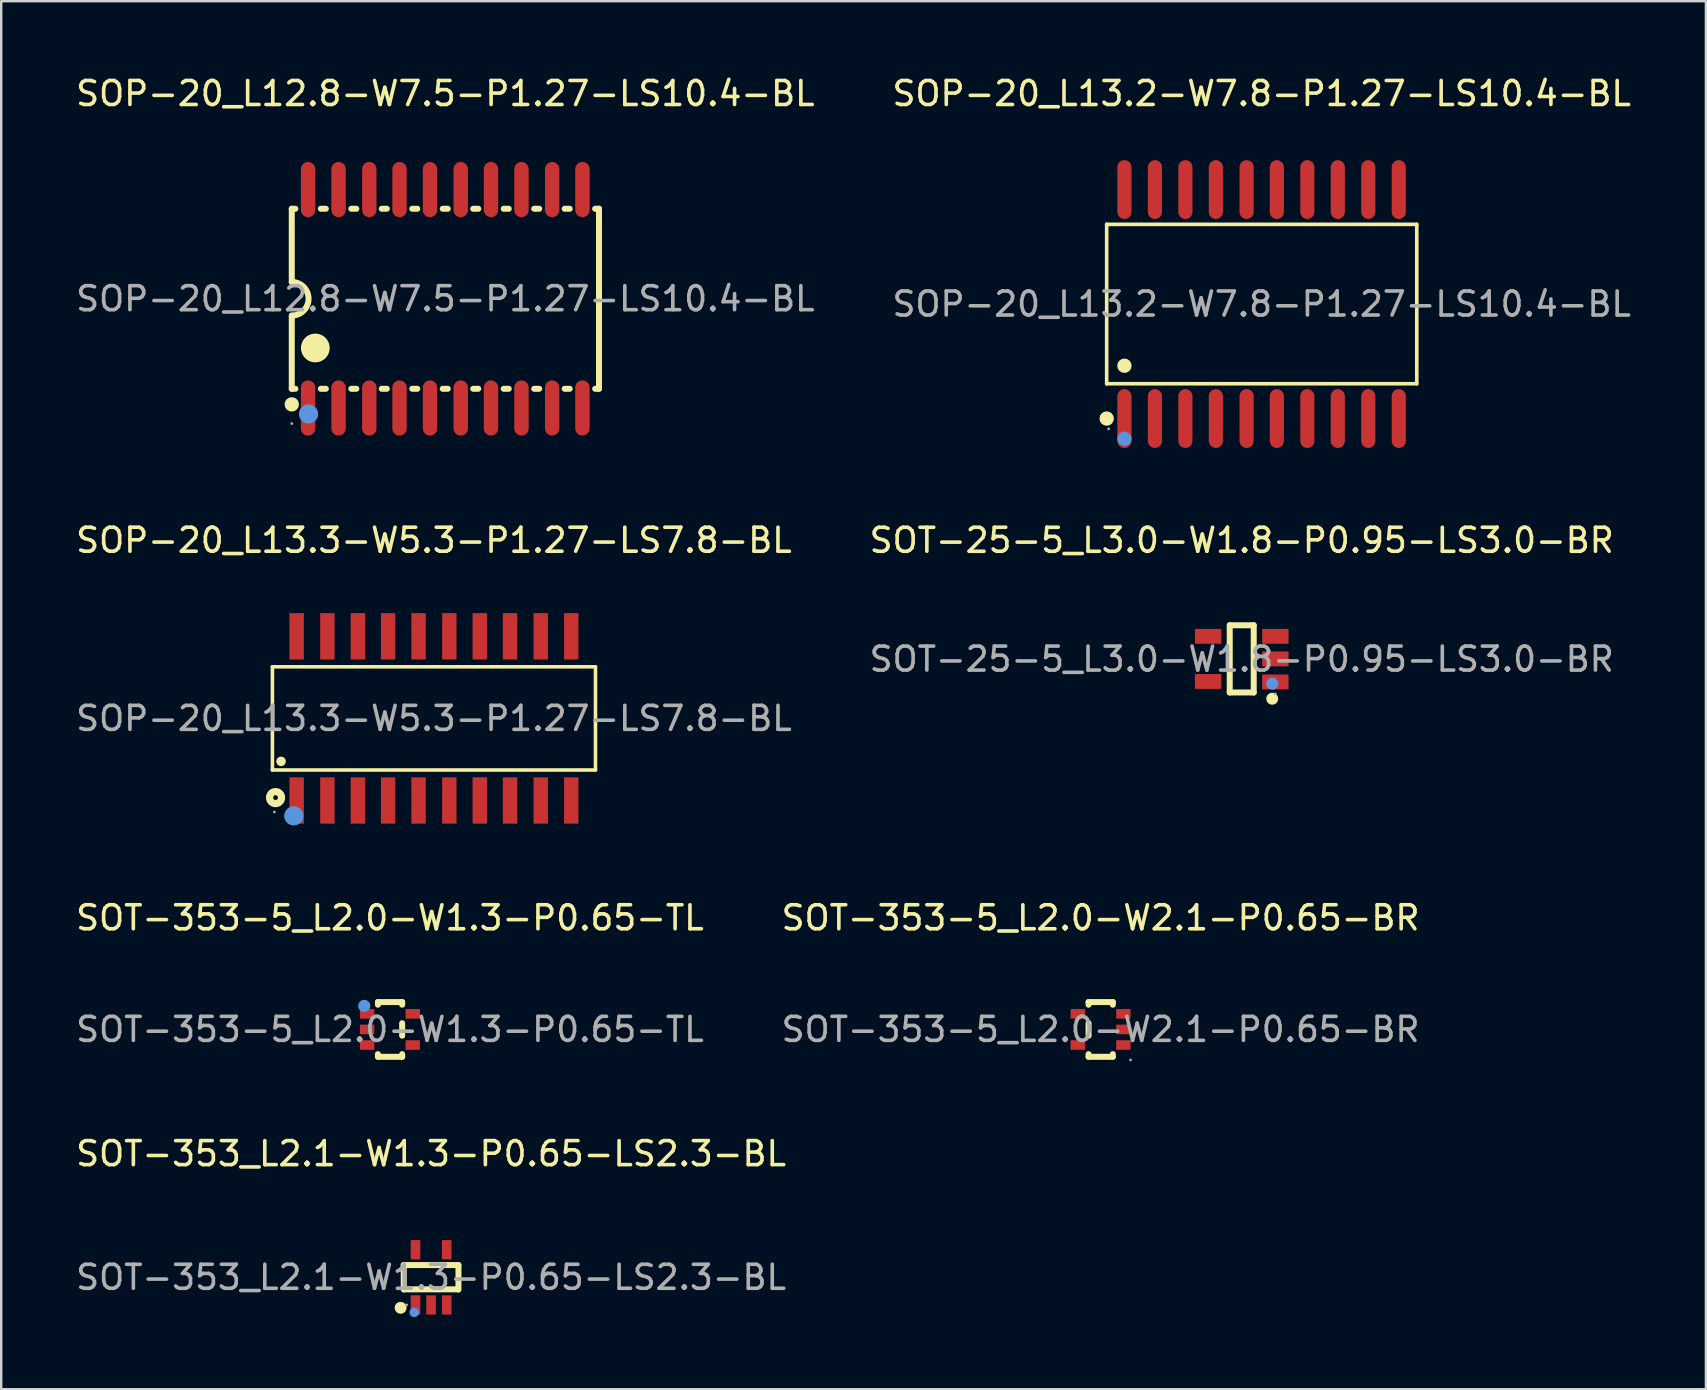
<source format=kicad_pcb>
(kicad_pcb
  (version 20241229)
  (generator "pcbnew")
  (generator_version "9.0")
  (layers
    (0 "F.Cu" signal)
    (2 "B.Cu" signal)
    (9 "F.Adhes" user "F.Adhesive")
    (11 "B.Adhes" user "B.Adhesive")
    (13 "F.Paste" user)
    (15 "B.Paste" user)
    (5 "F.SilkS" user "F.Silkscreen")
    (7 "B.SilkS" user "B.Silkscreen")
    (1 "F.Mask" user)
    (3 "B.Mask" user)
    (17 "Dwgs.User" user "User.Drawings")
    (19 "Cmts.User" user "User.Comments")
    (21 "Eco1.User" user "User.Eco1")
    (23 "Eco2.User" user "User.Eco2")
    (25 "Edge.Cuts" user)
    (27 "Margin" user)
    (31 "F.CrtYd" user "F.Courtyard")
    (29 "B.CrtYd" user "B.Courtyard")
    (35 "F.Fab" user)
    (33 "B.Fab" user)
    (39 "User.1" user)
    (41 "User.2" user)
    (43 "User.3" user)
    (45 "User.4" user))
  (footprint "SOT-353-5_L2.0-W2.1-P0.65-BR"
    (layer "F.Cu")
    (at 42.804 39.84)
    (property "Reference" "SOT-353-5_L2.0-W2.1-P0.65-BR" (at 0 -4.65 0) (layer "F.SilkS") (effects (font (size 1 1) (thickness 0.15))))
    (attr through_hole)
    (fp_line (start -0.5 -1.14) (end 0.51 -1.14) (stroke (width 0.25) (type solid)) (layer "F.SilkS"))
    (fp_line (start -0.5 -1.03) (end -0.5 -1.14) (stroke (width 0.25) (type solid)) (layer "F.SilkS"))
    (fp_line (start -0.5 0.26) (end -0.5 -0.26) (stroke (width 0.25) (type solid)) (layer "F.SilkS"))
    (fp_line (start -0.5 1.14) (end -0.5 1.03) (stroke (width 0.25) (type solid)) (layer "F.SilkS"))
    (fp_line (start 0.51 -1.14) (end 0.51 -1.03) (stroke (width 0.25) (type solid)) (layer "F.SilkS"))
    (fp_line (start 0.51 1.03) (end 0.51 1.14) (stroke (width 0.25) (type solid)) (layer "F.SilkS"))
    (fp_line (start 0.51 1.14) (end -0.5 1.14) (stroke (width 0.25) (type solid)) (layer "F.SilkS"))
    (fp_circle (center 1.25 1.27) (end 1.28 1.27) (stroke (width 0.06) (type solid)) (fill no) (layer "F.Fab"))
    (fp_text user "${REFERENCE}" (at 0 0 0) (layer "F.Fab") (effects (font (size 1 1) (thickness 0.15))))
    (pad "1" smd rect (at 0.95 0.65 270) (size 0.4 0.6) (layers "F.Cu" "F.Mask" "F.Paste"))
    (pad "2" smd rect (at 0.95 0 270) (size 0.4 0.6) (layers "F.Cu" "F.Mask" "F.Paste"))
    (pad "3" smd rect (at 0.95 -0.65 270) (size 0.4 0.6) (layers "F.Cu" "F.Mask" "F.Paste"))
    (pad "4" smd rect (at -0.95 -0.65 270) (size 0.4 0.6) (layers "F.Cu" "F.Mask" "F.Paste"))
    (pad "5" smd rect (at -0.95 0.65 270) (size 0.4 0.6) (layers "F.Cu" "F.Mask" "F.Paste")))
  (footprint "SOP-20_L12.8-W7.5-P1.27-LS10.4-BL"
    (layer "F.Cu")
    (at 15.506 9.398)
    (property "Reference" "SOP-20_L12.8-W7.5-P1.27-LS10.4-BL" (at 0 -8.55 0) (layer "F.SilkS") (effects (font (size 1 1) (thickness 0.15))))
    (attr through_hole)
    (fp_line (start -6.4 -3.75) (end -6.4 -0.7) (stroke (width 0.25) (type solid)) (layer "F.SilkS"))
    (fp_line (start -6.4 -3.75) (end -6.25 -3.75) (stroke (width 0.25) (type solid)) (layer "F.SilkS"))
    (fp_line (start -6.4 3.75) (end -6.4 0.7) (stroke (width 0.25) (type solid)) (layer "F.SilkS"))
    (fp_line (start -6.25 3.75) (end -6.4 3.75) (stroke (width 0.25) (type solid)) (layer "F.SilkS"))
    (fp_line (start -5.19 -3.75) (end -4.98 -3.75) (stroke (width 0.25) (type solid)) (layer "F.SilkS"))
    (fp_line (start -4.98 3.75) (end -5.19 3.75) (stroke (width 0.25) (type solid)) (layer "F.SilkS"))
    (fp_line (start -3.92 -3.75) (end -3.71 -3.75) (stroke (width 0.25) (type solid)) (layer "F.SilkS"))
    (fp_line (start -3.71 3.75) (end -3.92 3.75) (stroke (width 0.25) (type solid)) (layer "F.SilkS"))
    (fp_line (start -2.65 -3.75) (end -2.44 -3.75) (stroke (width 0.25) (type solid)) (layer "F.SilkS"))
    (fp_line (start -2.44 3.75) (end -2.65 3.75) (stroke (width 0.25) (type solid)) (layer "F.SilkS"))
    (fp_line (start -1.38 -3.75) (end -1.17 -3.75) (stroke (width 0.25) (type solid)) (layer "F.SilkS"))
    (fp_line (start -1.17 3.75) (end -1.38 3.75) (stroke (width 0.25) (type solid)) (layer "F.SilkS"))
    (fp_line (start -0.11 -3.75) (end 0.1 -3.75) (stroke (width 0.25) (type solid)) (layer "F.SilkS"))
    (fp_line (start 0.1 3.75) (end -0.11 3.75) (stroke (width 0.25) (type solid)) (layer "F.SilkS"))
    (fp_line (start 1.16 -3.75) (end 1.37 -3.75) (stroke (width 0.25) (type solid)) (layer "F.SilkS"))
    (fp_line (start 1.37 3.75) (end 1.16 3.75) (stroke (width 0.25) (type solid)) (layer "F.SilkS"))
    (fp_line (start 2.43 -3.75) (end 2.64 -3.75) (stroke (width 0.25) (type solid)) (layer "F.SilkS"))
    (fp_line (start 2.64 3.75) (end 2.43 3.75) (stroke (width 0.25) (type solid)) (layer "F.SilkS"))
    (fp_line (start 3.7 -3.75) (end 3.91 -3.75) (stroke (width 0.25) (type solid)) (layer "F.SilkS"))
    (fp_line (start 3.91 3.75) (end 3.7 3.75) (stroke (width 0.25) (type solid)) (layer "F.SilkS"))
    (fp_line (start 4.97 -3.75) (end 5.18 -3.75) (stroke (width 0.25) (type solid)) (layer "F.SilkS"))
    (fp_line (start 5.18 3.75) (end 4.97 3.75) (stroke (width 0.25) (type solid)) (layer "F.SilkS"))
    (fp_line (start 6.24 -3.75) (end 6.4 -3.75) (stroke (width 0.25) (type solid)) (layer "F.SilkS"))
    (fp_line (start 6.4 -3.75) (end 6.4 3.75) (stroke (width 0.25) (type solid)) (layer "F.SilkS"))
    (fp_line (start 6.4 3.75) (end 6.24 3.75) (stroke (width 0.25) (type solid)) (layer "F.SilkS"))
    (fp_arc (start -6.4 -0.7) (mid -5.7 0) (end -6.4 0.7) (stroke (width 0.25) (type solid)) (layer "F.SilkS"))
    (fp_arc (start -6.4 4.4) (mid -6.4 4.4) (end -6.4 4.4) (stroke (width 0.3) (type solid)) (layer "F.SilkS"))
    (fp_arc (start -5.42 1.75) (mid -5.415 2.349958) (end -5.429999 1.750167) (stroke (width 0.6) (type solid)) (layer "F.SilkS"))
    (fp_circle (center -5.7 4.8) (end -5.5 4.8) (stroke (width 0.4) (type solid)) (fill no) (layer "Cmts.User"))
    (fp_circle (center -6.4 5.2) (end -6.37 5.2) (stroke (width 0.06) (type solid)) (fill no) (layer "F.Fab"))
    (fp_text user "${REFERENCE}" (at 0 0 0) (layer "F.Fab") (effects (font (size 1 1) (thickness 0.15))))
    (pad "1" smd oval (at -5.72 4.55 180) (size 0.6 2.3) (layers "F.Cu" "F.Mask" "F.Paste"))
    (pad "2" smd oval (at -4.45 4.55 180) (size 0.6 2.3) (layers "F.Cu" "F.Mask" "F.Paste"))
    (pad "3" smd oval (at -3.17 4.55 180) (size 0.6 2.3) (layers "F.Cu" "F.Mask" "F.Paste"))
    (pad "4" smd oval (at -1.91 4.55 180) (size 0.6 2.3) (layers "F.Cu" "F.Mask" "F.Paste"))
    (pad "5" smd oval (at -0.64 4.55 180) (size 0.6 2.3) (layers "F.Cu" "F.Mask" "F.Paste"))
    (pad "6" smd oval (at 0.64 4.55 180) (size 0.6 2.3) (layers "F.Cu" "F.Mask" "F.Paste"))
    (pad "7" smd oval (at 1.9 4.55 180) (size 0.6 2.3) (layers "F.Cu" "F.Mask" "F.Paste"))
    (pad "8" smd oval (at 3.17 4.55 180) (size 0.6 2.3) (layers "F.Cu" "F.Mask" "F.Paste"))
    (pad "9" smd oval (at 4.45 4.55 180) (size 0.6 2.3) (layers "F.Cu" "F.Mask" "F.Paste"))
    (pad "10" smd oval (at 5.71 4.55 180) (size 0.6 2.3) (layers "F.Cu" "F.Mask" "F.Paste"))
    (pad "11" smd oval (at 5.71 -4.55 180) (size 0.6 2.3) (layers "F.Cu" "F.Mask" "F.Paste"))
    (pad "12" smd oval (at 4.45 -4.55 180) (size 0.6 2.3) (layers "F.Cu" "F.Mask" "F.Paste"))
    (pad "13" smd oval (at 3.17 -4.55 180) (size 0.6 2.3) (layers "F.Cu" "F.Mask" "F.Paste"))
    (pad "14" smd oval (at 1.9 -4.55 180) (size 0.6 2.3) (layers "F.Cu" "F.Mask" "F.Paste"))
    (pad "15" smd oval (at 0.64 -4.55 180) (size 0.6 2.3) (layers "F.Cu" "F.Mask" "F.Paste"))
    (pad "16" smd oval (at -0.64 -4.55 180) (size 0.6 2.3) (layers "F.Cu" "F.Mask" "F.Paste"))
    (pad "17" smd oval (at -1.91 -4.55 180) (size 0.6 2.3) (layers "F.Cu" "F.Mask" "F.Paste"))
    (pad "18" smd oval (at -3.17 -4.55 180) (size 0.6 2.3) (layers "F.Cu" "F.Mask" "F.Paste"))
    (pad "19" smd oval (at -4.45 -4.55 180) (size 0.6 2.3) (layers "F.Cu" "F.Mask" "F.Paste"))
    (pad "20" smd oval (at -5.72 -4.55 180) (size 0.6 2.3) (layers "F.Cu" "F.Mask" "F.Paste")))
  (footprint "SOT-25-5_L3.0-W1.8-P0.95-LS3.0-BR"
    (layer "F.Cu")
    (at 48.685 24.412)
    (property "Reference" "SOT-25-5_L3.0-W1.8-P0.95-LS3.0-BR" (at 0 -4.95 0) (layer "F.SilkS") (effects (font (size 1 1) (thickness 0.15))))
    (attr through_hole)
    (fp_line (start -0.5 -1.41) (end 0.5 -1.41) (stroke (width 0.25) (type solid)) (layer "F.SilkS"))
    (fp_line (start -0.5 1.39) (end -0.5 -1.41) (stroke (width 0.25) (type solid)) (layer "F.SilkS"))
    (fp_line (start 0.5 -1.41) (end 0.5 1.39) (stroke (width 0.25) (type solid)) (layer "F.SilkS"))
    (fp_line (start 0.5 1.39) (end -0.5 1.39) (stroke (width 0.25) (type solid)) (layer "F.SilkS"))
    (fp_arc (start 1.27 1.65) (mid 1.27 1.65) (end 1.27 1.65) (stroke (width 0.25) (type solid)) (layer "F.SilkS"))
    (fp_circle (center 1.27 1.02) (end 1.4 1.02) (stroke (width 0.25) (type solid)) (fill no) (layer "Cmts.User"))
    (fp_circle (center 1.4 1.45) (end 1.43 1.45) (stroke (width 0.06) (type solid)) (fill no) (layer "F.Fab"))
    (fp_text user "${REFERENCE}" (at 0 0 0) (layer "F.Fab") (effects (font (size 1 1) (thickness 0.15))))
    (pad "1" smd rect (at 1.4 0.95 90) (size 0.62 1.1) (layers "F.Cu" "F.Mask" "F.Paste"))
    (pad "2" smd rect (at 1.4 -0.01 90) (size 0.62 1.1) (layers "F.Cu" "F.Mask" "F.Paste"))
    (pad "3" smd rect (at 1.4 -0.95 90) (size 0.62 1.1) (layers "F.Cu" "F.Mask" "F.Paste"))
    (pad "4" smd rect (at -1.4 -0.95 90) (size 0.62 1.1) (layers "F.Cu" "F.Mask" "F.Paste"))
    (pad "5" smd rect (at -1.4 0.93 90) (size 0.62 1.1) (layers "F.Cu" "F.Mask" "F.Paste")))
  (footprint "SOP-20_L13.2-W7.8-P1.27-LS10.4-BL"
    (layer "F.Cu")
    (at 49.518 9.618)
    (property "Reference" "SOP-20_L13.2-W7.8-P1.27-LS10.4-BL" (at 0 -8.77 0) (layer "F.SilkS") (effects (font (size 1 1) (thickness 0.15))))
    (attr through_hole)
    (fp_line (start -6.46 -3.32) (end 6.46 -3.32) (stroke (width 0.15) (type solid)) (layer "F.SilkS"))
    (fp_line (start -6.46 3.32) (end -6.46 -3.32) (stroke (width 0.15) (type solid)) (layer "F.SilkS"))
    (fp_line (start 6.46 -3.32) (end 6.46 3.32) (stroke (width 0.15) (type solid)) (layer "F.SilkS"))
    (fp_line (start 6.46 3.32) (end -6.46 3.32) (stroke (width 0.15) (type solid)) (layer "F.SilkS"))
    (fp_circle (center -6.46 4.77) (end -6.31 4.77) (stroke (width 0.3) (type solid)) (fill no) (layer "F.SilkS"))
    (fp_circle (center -5.72 2.57) (end -5.57 2.57) (stroke (width 0.3) (type solid)) (fill no) (layer "F.SilkS"))
    (fp_circle (center -5.72 5.61) (end -5.57 5.61) (stroke (width 0.3) (type solid)) (fill no) (layer "Cmts.User"))
    (fp_circle (center -6.38 5.2) (end -6.35 5.2) (stroke (width 0.06) (type solid)) (fill no) (layer "F.Fab"))
    (fp_text user "${REFERENCE}" (at 0 0 0) (layer "F.Fab") (effects (font (size 1 1) (thickness 0.15))))
    (pad "1" smd oval (at -5.72 4.77) (size 0.59 2.45) (layers "F.Cu" "F.Mask" "F.Paste"))
    (pad "2" smd oval (at -4.45 4.77) (size 0.59 2.45) (layers "F.Cu" "F.Mask" "F.Paste"))
    (pad "3" smd oval (at -3.18 4.77) (size 0.59 2.45) (layers "F.Cu" "F.Mask" "F.Paste"))
    (pad "4" smd oval (at -1.91 4.77) (size 0.59 2.45) (layers "F.Cu" "F.Mask" "F.Paste"))
    (pad "5" smd oval (at -0.63 4.77) (size 0.59 2.45) (layers "F.Cu" "F.Mask" "F.Paste"))
    (pad "6" smd oval (at 0.63 4.77) (size 0.59 2.45) (layers "F.Cu" "F.Mask" "F.Paste"))
    (pad "7" smd oval (at 1.9 4.77) (size 0.59 2.45) (layers "F.Cu" "F.Mask" "F.Paste"))
    (pad "8" smd oval (at 3.17 4.77) (size 0.59 2.45) (layers "F.Cu" "F.Mask" "F.Paste"))
    (pad "9" smd oval (at 4.44 4.77) (size 0.59 2.45) (layers "F.Cu" "F.Mask" "F.Paste"))
    (pad "10" smd oval (at 5.71 4.77) (size 0.59 2.45) (layers "F.Cu" "F.Mask" "F.Paste"))
    (pad "11" smd oval (at 5.71 -4.77) (size 0.59 2.45) (layers "F.Cu" "F.Mask" "F.Paste"))
    (pad "12" smd oval (at 4.44 -4.77) (size 0.59 2.45) (layers "F.Cu" "F.Mask" "F.Paste"))
    (pad "13" smd oval (at 3.17 -4.77) (size 0.59 2.45) (layers "F.Cu" "F.Mask" "F.Paste"))
    (pad "14" smd oval (at 1.9 -4.77) (size 0.59 2.45) (layers "F.Cu" "F.Mask" "F.Paste"))
    (pad "15" smd oval (at 0.63 -4.77) (size 0.59 2.45) (layers "F.Cu" "F.Mask" "F.Paste"))
    (pad "16" smd oval (at -0.63 -4.77) (size 0.59 2.45) (layers "F.Cu" "F.Mask" "F.Paste"))
    (pad "17" smd oval (at -1.91 -4.77) (size 0.59 2.45) (layers "F.Cu" "F.Mask" "F.Paste"))
    (pad "18" smd oval (at -3.18 -4.77) (size 0.59 2.45) (layers "F.Cu" "F.Mask" "F.Paste"))
    (pad "19" smd oval (at -4.45 -4.77) (size 0.59 2.45) (layers "F.Cu" "F.Mask" "F.Paste"))
    (pad "20" smd oval (at -5.72 -4.77) (size 0.59 2.45) (layers "F.Cu" "F.Mask" "F.Paste")))
  (footprint "SOT-353_L2.1-W1.3-P0.65-LS2.3-BL"
    (layer "F.Cu")
    (at 14.911 50.168)
    (property "Reference" "SOT-353_L2.1-W1.3-P0.65-LS2.3-BL" (at 0 -5.15 0) (layer "F.SilkS") (effects (font (size 1 1) (thickness 0.15))))
    (attr through_hole)
    (fp_line (start -1.14 -0.51) (end -1.14 0.51) (stroke (width 0.25) (type solid)) (layer "F.SilkS"))
    (fp_line (start -1.1 0.5) (end 1.1 0.5) (stroke (width 0.25) (type solid)) (layer "F.SilkS"))
    (fp_line (start 1.14 -0.51) (end -1.14 -0.51) (stroke (width 0.25) (type solid)) (layer "F.SilkS"))
    (fp_line (start 1.14 0.51) (end 1.14 -0.51) (stroke (width 0.25) (type solid)) (layer "F.SilkS"))
    (fp_arc (start -1.27 1.27) (mid -1.27 1.27) (end -1.27 1.27) (stroke (width 0.25) (type solid)) (layer "F.SilkS"))
    (fp_circle (center -0.7 1.46) (end -0.6 1.46) (stroke (width 0.2) (type solid)) (fill no) (layer "Cmts.User"))
    (fp_circle (center -1.02 1.15) (end -0.99 1.15) (stroke (width 0.06) (type solid)) (fill no) (layer "F.Fab"))
    (fp_text user "${REFERENCE}" (at 0 0 0) (layer "F.Fab") (effects (font (size 1 1) (thickness 0.15))))
    (pad "1" smd rect (at -0.65 1.15) (size 0.4 0.8) (layers "F.Cu" "F.Mask" "F.Paste"))
    (pad "2" smd rect (at 0 1.15) (size 0.4 0.8) (layers "F.Cu" "F.Mask" "F.Paste"))
    (pad "3" smd rect (at 0.65 1.15) (size 0.4 0.8) (layers "F.Cu" "F.Mask" "F.Paste"))
    (pad "4" smd rect (at 0.65 -1.15) (size 0.4 0.8) (layers "F.Cu" "F.Mask" "F.Paste"))
    (pad "5" smd rect (at -0.65 -1.15) (size 0.4 0.8) (layers "F.Cu" "F.Mask" "F.Paste")))
  (footprint "SOT-353-5_L2.0-W1.3-P0.65-TL"
    (layer "F.Cu")
    (at 13.196 39.84)
    (property "Reference" "SOT-353-5_L2.0-W1.3-P0.65-TL" (at 0 -4.65 0) (layer "F.SilkS") (effects (font (size 1 1) (thickness 0.15))))
    (attr through_hole)
    (fp_line (start -0.5 -1.14) (end 0.51 -1.14) (stroke (width 0.25) (type solid)) (layer "F.SilkS"))
    (fp_line (start -0.5 -1.03) (end -0.5 -1.14) (stroke (width 0.25) (type solid)) (layer "F.SilkS"))
    (fp_line (start -0.5 1.14) (end -0.5 1.03) (stroke (width 0.25) (type solid)) (layer "F.SilkS"))
    (fp_line (start 0.51 -1.14) (end 0.51 -1.03) (stroke (width 0.25) (type solid)) (layer "F.SilkS"))
    (fp_line (start 0.51 -0.26) (end 0.51 0.26) (stroke (width 0.25) (type solid)) (layer "F.SilkS"))
    (fp_line (start 0.51 1.03) (end 0.51 1.14) (stroke (width 0.25) (type solid)) (layer "F.SilkS"))
    (fp_line (start 0.51 1.14) (end -0.5 1.14) (stroke (width 0.25) (type solid)) (layer "F.SilkS"))
    (fp_circle (center -1.07 -0.98) (end -0.94 -0.98) (stroke (width 0.25) (type solid)) (fill no) (layer "Cmts.User"))
    (fp_circle (center -1.05 -1) (end -1.02 -1) (stroke (width 0.06) (type solid)) (fill no) (layer "F.Fab"))
    (fp_text user "${REFERENCE}" (at 0 0 0) (layer "F.Fab") (effects (font (size 1 1) (thickness 0.15))))
    (pad "1" smd rect (at -0.95 -0.65 90) (size 0.4 0.6) (layers "F.Cu" "F.Mask" "F.Paste"))
    (pad "2" smd rect (at -0.95 0 90) (size 0.4 0.6) (layers "F.Cu" "F.Mask" "F.Paste"))
    (pad "3" smd rect (at -0.95 0.65 90) (size 0.4 0.6) (layers "F.Cu" "F.Mask" "F.Paste"))
    (pad "4" smd rect (at 0.95 0.65 90) (size 0.4 0.6) (layers "F.Cu" "F.Mask" "F.Paste"))
    (pad "5" smd rect (at 0.95 -0.65 90) (size 0.4 0.6) (layers "F.Cu" "F.Mask" "F.Paste")))
  (footprint "SOP-20_L13.3-W5.3-P1.27-LS7.8-BL"
    (layer "F.Cu")
    (at 15.03 26.881)
    (property "Reference" "SOP-20_L13.3-W5.3-P1.27-LS7.8-BL" (at 0 -7.42 0) (layer "F.SilkS") (effects (font (size 1 1) (thickness 0.15))))
    (attr through_hole)
    (fp_line (start -6.73 -2.15) (end 6.73 -2.15) (stroke (width 0.15) (type solid)) (layer "F.SilkS"))
    (fp_line (start -6.73 2.15) (end -6.73 -2.15) (stroke (width 0.15) (type solid)) (layer "F.SilkS"))
    (fp_line (start 6.73 -2.15) (end 6.73 2.15) (stroke (width 0.15) (type solid)) (layer "F.SilkS"))
    (fp_line (start 6.73 2.15) (end -6.73 2.15) (stroke (width 0.15) (type solid)) (layer "F.SilkS"))
    (fp_circle (center -6.6 3.3) (end -6.5 3.3) (stroke (width 0.3) (type solid)) (fill no) (layer "F.SilkS"))
    (fp_circle (center -6.37 1.79) (end -6.27 1.79) (stroke (width 0.2) (type solid)) (fill no) (layer "F.SilkS"))
    (fp_circle (center -5.84 4.06) (end -5.64 4.06) (stroke (width 0.4) (type solid)) (fill no) (layer "Cmts.User"))
    (fp_circle (center -6.65 3.9) (end -6.62 3.9) (stroke (width 0.06) (type solid)) (fill no) (layer "F.Fab"))
    (fp_text user "${REFERENCE}" (at 0 0 0) (layer "F.Fab") (effects (font (size 1 1) (thickness 0.15))))
    (pad "1" smd rect (at -5.72 3.42) (size 0.6 1.93) (layers "F.Cu" "F.Mask" "F.Paste"))
    (pad "2" smd rect (at -4.44 3.42) (size 0.6 1.93) (layers "F.Cu" "F.Mask" "F.Paste"))
    (pad "3" smd rect (at -3.17 3.42) (size 0.6 1.93) (layers "F.Cu" "F.Mask" "F.Paste"))
    (pad "4" smd rect (at -1.91 3.42) (size 0.6 1.93) (layers "F.Cu" "F.Mask" "F.Paste"))
    (pad "5" smd rect (at -0.64 3.42) (size 0.6 1.93) (layers "F.Cu" "F.Mask" "F.Paste"))
    (pad "6" smd rect (at 0.64 3.42) (size 0.6 1.93) (layers "F.Cu" "F.Mask" "F.Paste"))
    (pad "7" smd rect (at 1.91 3.42) (size 0.6 1.93) (layers "F.Cu" "F.Mask" "F.Paste"))
    (pad "8" smd rect (at 3.17 3.42) (size 0.6 1.93) (layers "F.Cu" "F.Mask" "F.Paste"))
    (pad "9" smd rect (at 4.45 3.42) (size 0.6 1.93) (layers "F.Cu" "F.Mask" "F.Paste"))
    (pad "10" smd rect (at 5.72 3.42) (size 0.6 1.93) (layers "F.Cu" "F.Mask" "F.Paste"))
    (pad "11" smd rect (at 5.72 -3.42) (size 0.6 1.93) (layers "F.Cu" "F.Mask" "F.Paste"))
    (pad "12" smd rect (at 4.45 -3.42) (size 0.6 1.93) (layers "F.Cu" "F.Mask" "F.Paste"))
    (pad "13" smd rect (at 3.17 -3.42) (size 0.6 1.93) (layers "F.Cu" "F.Mask" "F.Paste"))
    (pad "14" smd rect (at 1.91 -3.42) (size 0.6 1.93) (layers "F.Cu" "F.Mask" "F.Paste"))
    (pad "15" smd rect (at 0.64 -3.42) (size 0.6 1.93) (layers "F.Cu" "F.Mask" "F.Paste"))
    (pad "16" smd rect (at -0.64 -3.42) (size 0.6 1.93) (layers "F.Cu" "F.Mask" "F.Paste"))
    (pad "17" smd rect (at -1.91 -3.42) (size 0.6 1.93) (layers "F.Cu" "F.Mask" "F.Paste"))
    (pad "18" smd rect (at -3.17 -3.42) (size 0.6 1.93) (layers "F.Cu" "F.Mask" "F.Paste"))
    (pad "19" smd rect (at -4.44 -3.42) (size 0.6 1.93) (layers "F.Cu" "F.Mask" "F.Paste"))
    (pad "20" smd rect (at -5.72 -3.42) (size 0.6 1.93) (layers "F.Cu" "F.Mask" "F.Paste")))
  (gr_rect
    (start -3 -3)
    (end 68.024 54.828)
    (stroke (width 0.1) (type default))
    (fill no)
    (layer "Edge.Cuts")))
</source>
